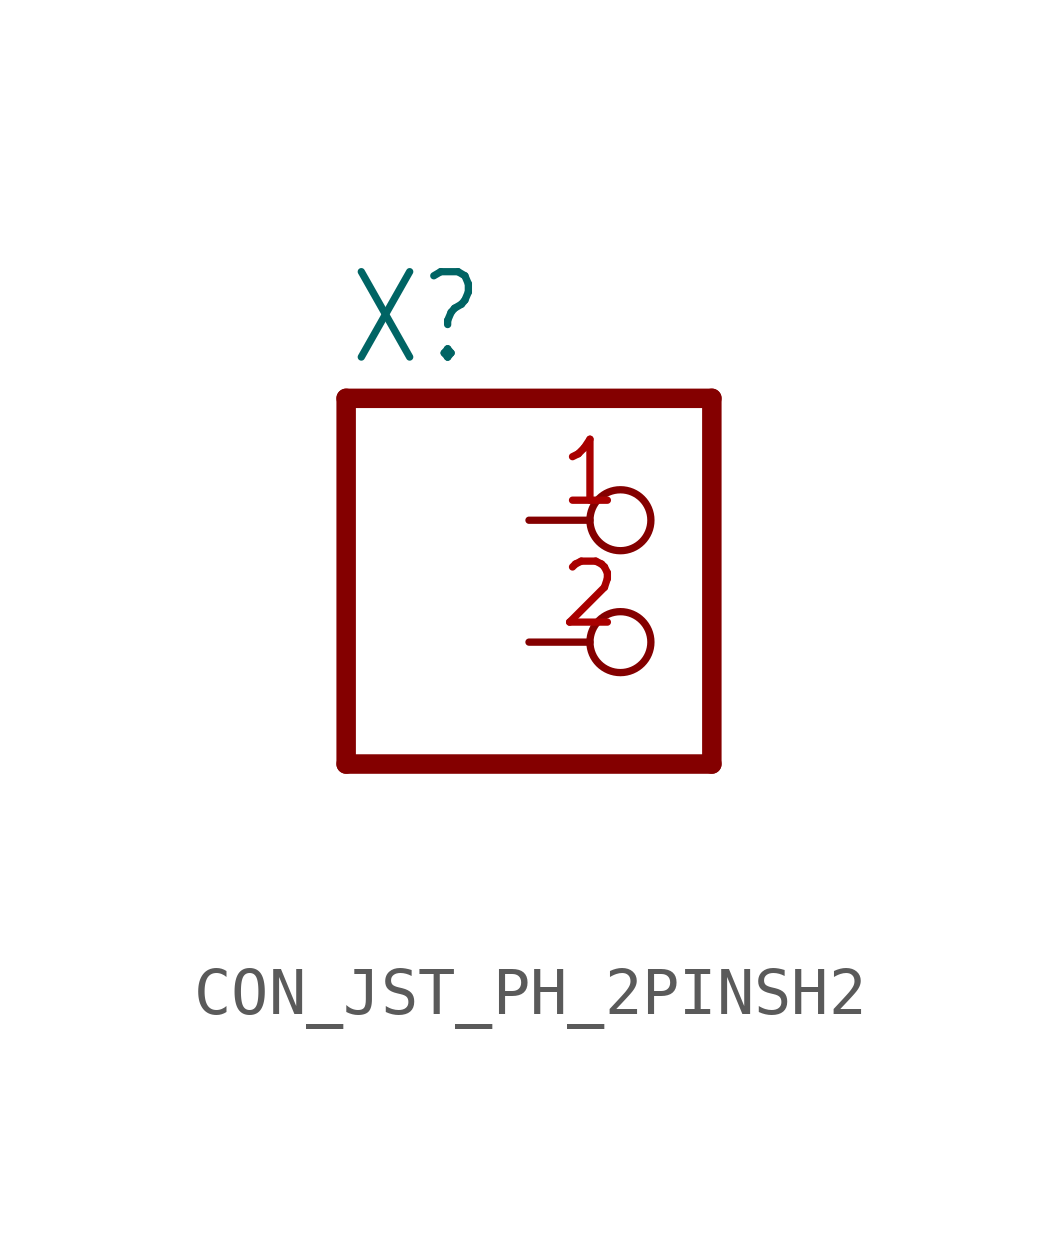
<source format=kicad_sym>
(kicad_symbol_lib
  (version 20220914)
  (generator kicad_symbol_editor)
  (symbol "CON_JST_PH_2PINSH2"
    (property "Reference" "X"
      (at -6.35 5.715 0)
      (effects (font (size 1.778 1.511)) (justify left bottom)))
    (property "Value" ""
      (at -6.35 -5.08 0)
      (effects (font (size 1.778 1.511)) (justify left bottom)))
    (property "ki_locked" ""
      (at 0 0 0)
      (effects (font (size 1.27 1.27))))
    (symbol "CON_JST_PH_2PINSH2_1_0"
      (polyline (pts (xy -6.35 -2.54) (xy 1.27 -2.54)) (stroke (width 0.406) (type solid)) (fill (type none)))
      (polyline (pts (xy -6.35 5.08) (xy -6.35 -2.54)) (stroke (width 0.406) (type solid)) (fill (type none)))
      (polyline (pts (xy 1.27 -2.54) (xy 1.27 5.08)) (stroke (width 0.406) (type solid)) (fill (type none)))
      (polyline (pts (xy 1.27 5.08) (xy -6.35 5.08)) (stroke (width 0.406) (type solid)) (fill (type none)))
      (pin passive inverted (at -2.54 2.54 0) (length 2.54) (name "1" (effects (font (size 0 0)))) (number "1" (effects (font (size 1.27 1.27)))))
      (pin passive inverted (at -2.54 0 0) (length 2.54) (name "2" (effects (font (size 0 0)))) (number "2" (effects (font (size 1.27 1.27))))))))
</source>
